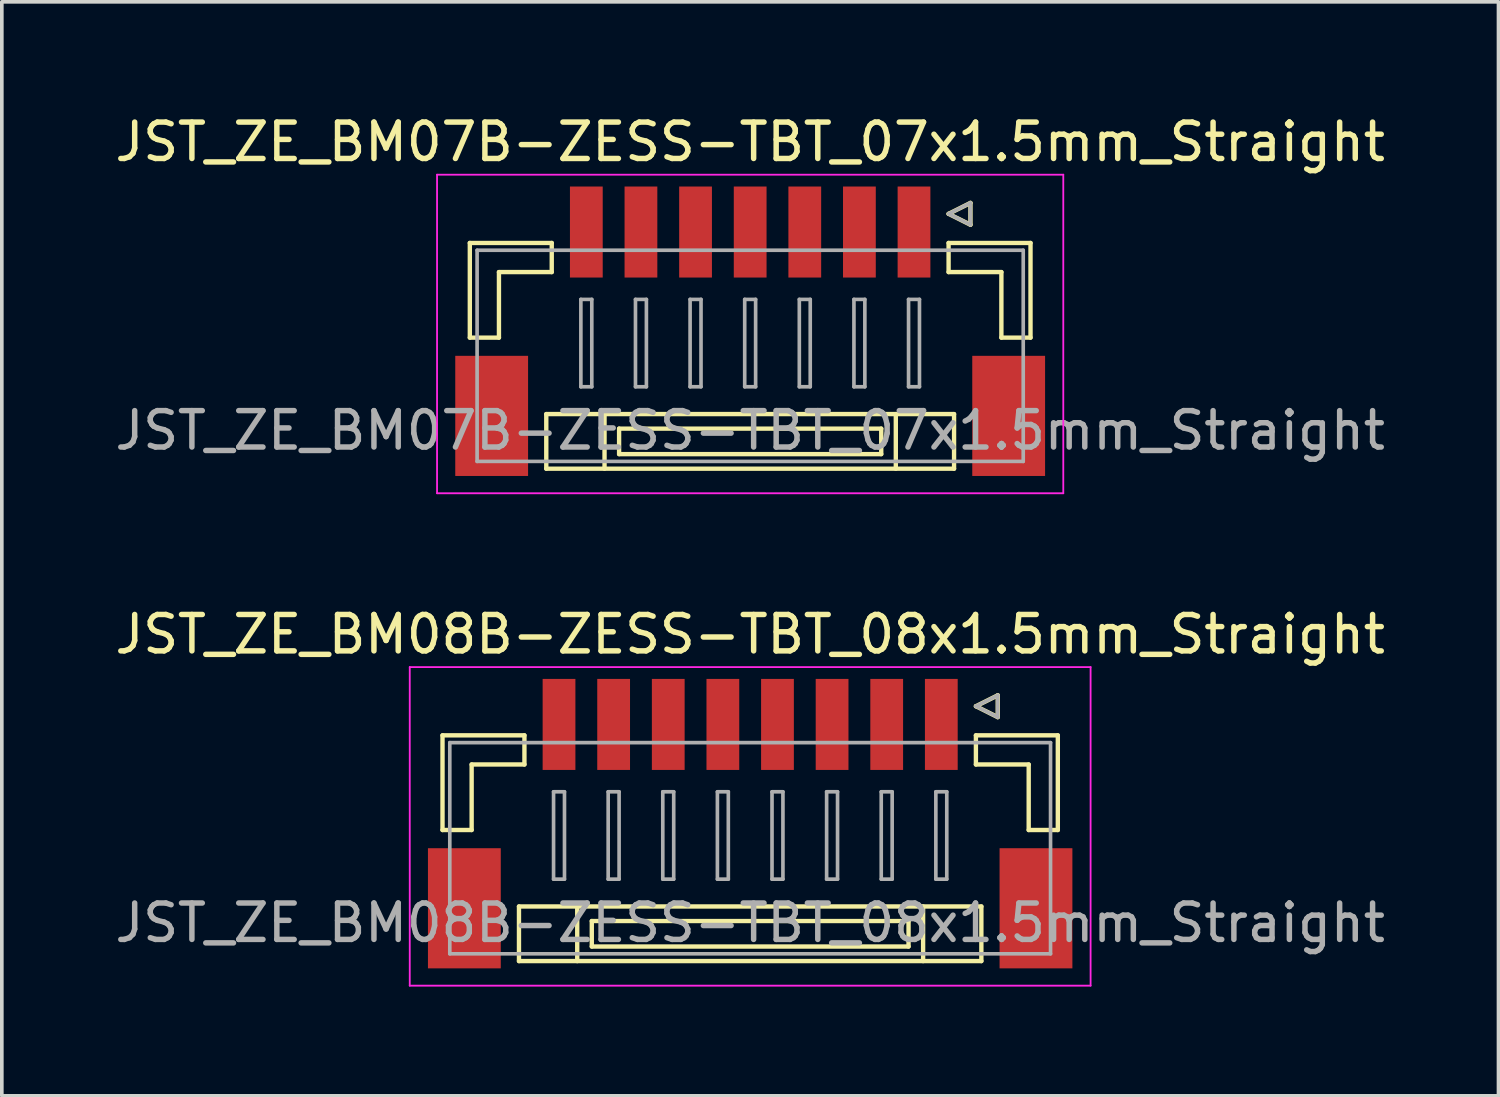
<source format=kicad_pcb>
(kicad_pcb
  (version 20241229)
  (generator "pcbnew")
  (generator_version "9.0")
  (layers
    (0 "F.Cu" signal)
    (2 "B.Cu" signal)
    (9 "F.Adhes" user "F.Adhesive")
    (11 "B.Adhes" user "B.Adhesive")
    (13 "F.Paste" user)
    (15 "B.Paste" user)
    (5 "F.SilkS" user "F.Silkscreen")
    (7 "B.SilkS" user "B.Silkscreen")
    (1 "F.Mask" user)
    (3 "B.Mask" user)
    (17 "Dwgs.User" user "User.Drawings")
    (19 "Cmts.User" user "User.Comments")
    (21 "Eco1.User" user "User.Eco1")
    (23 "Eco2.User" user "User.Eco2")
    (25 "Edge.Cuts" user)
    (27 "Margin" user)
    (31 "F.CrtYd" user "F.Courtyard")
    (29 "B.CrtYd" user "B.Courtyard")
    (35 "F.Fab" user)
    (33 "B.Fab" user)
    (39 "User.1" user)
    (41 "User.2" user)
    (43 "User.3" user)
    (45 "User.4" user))
  (footprint "JST_ZE_BM07B-ZESS-TBT_07x1.5mm_Straight"
    (layer "F.Cu")
    (at 17.554 5.848)
    (property "Reference" "JST_ZE_BM07B-ZESS-TBT_07x1.5mm_Straight" (at 0 -5 0) (layer "F.SilkS") (effects (font (size 1 1) (thickness 0.15))))
    (attr smd)
    (fp_line (start -7.7 -2.225) (end -7.7 0.375) (stroke (width 0.12) (type solid)) (layer "F.SilkS"))
    (fp_line (start -7.7 0.375) (end -6.9 0.375) (stroke (width 0.12) (type solid)) (layer "F.SilkS"))
    (fp_line (start -6.9 -1.425) (end -5.45 -1.425) (stroke (width 0.12) (type solid)) (layer "F.SilkS"))
    (fp_line (start -6.9 0.375) (end -6.9 -1.425) (stroke (width 0.12) (type solid)) (layer "F.SilkS"))
    (fp_line (start -5.6 2.475) (end -5.6 3.975) (stroke (width 0.12) (type solid)) (layer "F.SilkS"))
    (fp_line (start -5.6 3.975) (end 5.6 3.975) (stroke (width 0.12) (type solid)) (layer "F.SilkS"))
    (fp_line (start -5.45 -2.225) (end -7.7 -2.225) (stroke (width 0.12) (type solid)) (layer "F.SilkS"))
    (fp_line (start -5.45 -1.425) (end -5.45 -2.225) (stroke (width 0.12) (type solid)) (layer "F.SilkS"))
    (fp_line (start -4 2.475) (end -4 3.975) (stroke (width 0.12) (type solid)) (layer "F.SilkS"))
    (fp_line (start -3.6 2.875) (end -3.6 3.575) (stroke (width 0.12) (type solid)) (layer "F.SilkS"))
    (fp_line (start -3.6 3.575) (end 3.6 3.575) (stroke (width 0.12) (type solid)) (layer "F.SilkS"))
    (fp_line (start 3.6 2.875) (end -3.6 2.875) (stroke (width 0.12) (type solid)) (layer "F.SilkS"))
    (fp_line (start 3.6 3.575) (end 3.6 2.875) (stroke (width 0.12) (type solid)) (layer "F.SilkS"))
    (fp_line (start 4 2.475) (end 4 3.975) (stroke (width 0.12) (type solid)) (layer "F.SilkS"))
    (fp_line (start 5.45 -3.025) (end 6.05 -3.325) (stroke (width 0.12) (type solid)) (layer "F.SilkS"))
    (fp_line (start 5.45 -2.225) (end 7.7 -2.225) (stroke (width 0.12) (type solid)) (layer "F.SilkS"))
    (fp_line (start 5.45 -1.425) (end 5.45 -2.225) (stroke (width 0.12) (type solid)) (layer "F.SilkS"))
    (fp_line (start 5.6 2.475) (end -5.6 2.475) (stroke (width 0.12) (type solid)) (layer "F.SilkS"))
    (fp_line (start 5.6 3.975) (end 5.6 2.475) (stroke (width 0.12) (type solid)) (layer "F.SilkS"))
    (fp_line (start 6.05 -3.325) (end 6.05 -2.725) (stroke (width 0.12) (type solid)) (layer "F.SilkS"))
    (fp_line (start 6.05 -2.725) (end 5.45 -3.025) (stroke (width 0.12) (type solid)) (layer "F.SilkS"))
    (fp_line (start 6.9 -1.425) (end 5.45 -1.425) (stroke (width 0.12) (type solid)) (layer "F.SilkS"))
    (fp_line (start 6.9 0.375) (end 6.9 -1.425) (stroke (width 0.12) (type solid)) (layer "F.SilkS"))
    (fp_line (start 7.7 -2.225) (end 7.7 0.375) (stroke (width 0.12) (type solid)) (layer "F.SilkS"))
    (fp_line (start 7.7 0.375) (end 6.9 0.375) (stroke (width 0.12) (type solid)) (layer "F.SilkS"))
    (fp_line (start -8.6 -4.1) (end -8.6 4.65) (stroke (width 0.05) (type solid)) (layer "F.CrtYd"))
    (fp_line (start -8.6 4.65) (end 8.6 4.65) (stroke (width 0.05) (type solid)) (layer "F.CrtYd"))
    (fp_line (start 8.6 -4.1) (end -8.6 -4.1) (stroke (width 0.05) (type solid)) (layer "F.CrtYd"))
    (fp_line (start 8.6 4.65) (end 8.6 -4.1) (stroke (width 0.05) (type solid)) (layer "F.CrtYd"))
    (fp_line (start -7.5 -2.025) (end -7.5 3.775) (stroke (width 0.1) (type solid)) (layer "F.Fab"))
    (fp_line (start -7.5 3.775) (end 7.5 3.775) (stroke (width 0.1) (type solid)) (layer "F.Fab"))
    (fp_line (start -4.65 -0.675) (end -4.65 1.725) (stroke (width 0.1) (type solid)) (layer "F.Fab"))
    (fp_line (start -4.65 1.725) (end -4.35 1.725) (stroke (width 0.1) (type solid)) (layer "F.Fab"))
    (fp_line (start -4.35 -0.675) (end -4.65 -0.675) (stroke (width 0.1) (type solid)) (layer "F.Fab"))
    (fp_line (start -4.35 1.725) (end -4.35 -0.675) (stroke (width 0.1) (type solid)) (layer "F.Fab"))
    (fp_line (start -3.15 -0.675) (end -3.15 1.725) (stroke (width 0.1) (type solid)) (layer "F.Fab"))
    (fp_line (start -3.15 1.725) (end -2.85 1.725) (stroke (width 0.1) (type solid)) (layer "F.Fab"))
    (fp_line (start -2.85 -0.675) (end -3.15 -0.675) (stroke (width 0.1) (type solid)) (layer "F.Fab"))
    (fp_line (start -2.85 1.725) (end -2.85 -0.675) (stroke (width 0.1) (type solid)) (layer "F.Fab"))
    (fp_line (start -1.65 -0.675) (end -1.65 1.725) (stroke (width 0.1) (type solid)) (layer "F.Fab"))
    (fp_line (start -1.65 1.725) (end -1.35 1.725) (stroke (width 0.1) (type solid)) (layer "F.Fab"))
    (fp_line (start -1.35 -0.675) (end -1.65 -0.675) (stroke (width 0.1) (type solid)) (layer "F.Fab"))
    (fp_line (start -1.35 1.725) (end -1.35 -0.675) (stroke (width 0.1) (type solid)) (layer "F.Fab"))
    (fp_line (start -0.15 -0.675) (end -0.15 1.725) (stroke (width 0.1) (type solid)) (layer "F.Fab"))
    (fp_line (start -0.15 1.725) (end 0.15 1.725) (stroke (width 0.1) (type solid)) (layer "F.Fab"))
    (fp_line (start 0.15 -0.675) (end -0.15 -0.675) (stroke (width 0.1) (type solid)) (layer "F.Fab"))
    (fp_line (start 0.15 1.725) (end 0.15 -0.675) (stroke (width 0.1) (type solid)) (layer "F.Fab"))
    (fp_line (start 1.35 -0.675) (end 1.35 1.725) (stroke (width 0.1) (type solid)) (layer "F.Fab"))
    (fp_line (start 1.35 1.725) (end 1.65 1.725) (stroke (width 0.1) (type solid)) (layer "F.Fab"))
    (fp_line (start 1.65 -0.675) (end 1.35 -0.675) (stroke (width 0.1) (type solid)) (layer "F.Fab"))
    (fp_line (start 1.65 1.725) (end 1.65 -0.675) (stroke (width 0.1) (type solid)) (layer "F.Fab"))
    (fp_line (start 2.85 -0.675) (end 2.85 1.725) (stroke (width 0.1) (type solid)) (layer "F.Fab"))
    (fp_line (start 2.85 1.725) (end 3.15 1.725) (stroke (width 0.1) (type solid)) (layer "F.Fab"))
    (fp_line (start 3.15 -0.675) (end 2.85 -0.675) (stroke (width 0.1) (type solid)) (layer "F.Fab"))
    (fp_line (start 3.15 1.725) (end 3.15 -0.675) (stroke (width 0.1) (type solid)) (layer "F.Fab"))
    (fp_line (start 4.35 -0.675) (end 4.35 1.725) (stroke (width 0.1) (type solid)) (layer "F.Fab"))
    (fp_line (start 4.35 1.725) (end 4.65 1.725) (stroke (width 0.1) (type solid)) (layer "F.Fab"))
    (fp_line (start 4.65 -0.675) (end 4.35 -0.675) (stroke (width 0.1) (type solid)) (layer "F.Fab"))
    (fp_line (start 4.65 1.725) (end 4.65 -0.675) (stroke (width 0.1) (type solid)) (layer "F.Fab"))
    (fp_line (start 5.45 -3.025) (end 6.05 -3.325) (stroke (width 0.1) (type solid)) (layer "F.Fab"))
    (fp_line (start 6.05 -3.325) (end 6.05 -2.725) (stroke (width 0.1) (type solid)) (layer "F.Fab"))
    (fp_line (start 6.05 -2.725) (end 5.45 -3.025) (stroke (width 0.1) (type solid)) (layer "F.Fab"))
    (fp_line (start 7.5 -2.025) (end -7.5 -2.025) (stroke (width 0.1) (type solid)) (layer "F.Fab"))
    (fp_line (start 7.5 3.775) (end 7.5 -2.025) (stroke (width 0.1) (type solid)) (layer "F.Fab"))
    (fp_text user "${REFERENCE}" (at 0 2.925 0) (layer "F.Fab") (effects (font (size 1 1) (thickness 0.15))))
    (pad "" smd rect (at -7.1 2.525) (size 2 3.3) (layers "F.Cu" "F.Mask" "F.Paste"))
    (pad "" smd rect (at 7.1 2.525) (size 2 3.3) (layers "F.Cu" "F.Mask" "F.Paste"))
    (pad "1" smd rect (at 4.5 -2.525) (size 0.9 2.5) (layers "F.Cu" "F.Mask" "F.Paste"))
    (pad "2" smd rect (at 3 -2.525) (size 0.9 2.5) (layers "F.Cu" "F.Mask" "F.Paste"))
    (pad "3" smd rect (at 1.5 -2.525) (size 0.9 2.5) (layers "F.Cu" "F.Mask" "F.Paste"))
    (pad "4" smd rect (at 0 -2.525) (size 0.9 2.5) (layers "F.Cu" "F.Mask" "F.Paste"))
    (pad "5" smd rect (at -1.5 -2.525) (size 0.9 2.5) (layers "F.Cu" "F.Mask" "F.Paste"))
    (pad "6" smd rect (at -3 -2.525) (size 0.9 2.5) (layers "F.Cu" "F.Mask" "F.Paste"))
    (pad "7" smd rect (at -4.5 -2.525) (size 0.9 2.5) (layers "F.Cu" "F.Mask" "F.Paste")))
  (footprint "JST_ZE_BM08B-ZESS-TBT_08x1.5mm_Straight"
    (layer "F.Cu")
    (at 17.554 19.372)
    (property "Reference" "JST_ZE_BM08B-ZESS-TBT_08x1.5mm_Straight" (at 0 -5 0) (layer "F.SilkS") (effects (font (size 1 1) (thickness 0.15))))
    (attr smd)
    (fp_line (start -8.45 -2.225) (end -8.45 0.375) (stroke (width 0.12) (type solid)) (layer "F.SilkS"))
    (fp_line (start -8.45 0.375) (end -7.65 0.375) (stroke (width 0.12) (type solid)) (layer "F.SilkS"))
    (fp_line (start -7.65 -1.425) (end -6.2 -1.425) (stroke (width 0.12) (type solid)) (layer "F.SilkS"))
    (fp_line (start -7.65 0.375) (end -7.65 -1.425) (stroke (width 0.12) (type solid)) (layer "F.SilkS"))
    (fp_line (start -6.35 2.475) (end -6.35 3.975) (stroke (width 0.12) (type solid)) (layer "F.SilkS"))
    (fp_line (start -6.35 3.975) (end 6.35 3.975) (stroke (width 0.12) (type solid)) (layer "F.SilkS"))
    (fp_line (start -6.2 -2.225) (end -8.45 -2.225) (stroke (width 0.12) (type solid)) (layer "F.SilkS"))
    (fp_line (start -6.2 -1.425) (end -6.2 -2.225) (stroke (width 0.12) (type solid)) (layer "F.SilkS"))
    (fp_line (start -4.75 2.475) (end -4.75 3.975) (stroke (width 0.12) (type solid)) (layer "F.SilkS"))
    (fp_line (start -4.35 2.875) (end -4.35 3.575) (stroke (width 0.12) (type solid)) (layer "F.SilkS"))
    (fp_line (start -4.35 3.575) (end 4.35 3.575) (stroke (width 0.12) (type solid)) (layer "F.SilkS"))
    (fp_line (start 4.35 2.875) (end -4.35 2.875) (stroke (width 0.12) (type solid)) (layer "F.SilkS"))
    (fp_line (start 4.35 3.575) (end 4.35 2.875) (stroke (width 0.12) (type solid)) (layer "F.SilkS"))
    (fp_line (start 4.75 2.475) (end 4.75 3.975) (stroke (width 0.12) (type solid)) (layer "F.SilkS"))
    (fp_line (start 6.2 -3.025) (end 6.8 -3.325) (stroke (width 0.12) (type solid)) (layer "F.SilkS"))
    (fp_line (start 6.2 -2.225) (end 8.45 -2.225) (stroke (width 0.12) (type solid)) (layer "F.SilkS"))
    (fp_line (start 6.2 -1.425) (end 6.2 -2.225) (stroke (width 0.12) (type solid)) (layer "F.SilkS"))
    (fp_line (start 6.35 2.475) (end -6.35 2.475) (stroke (width 0.12) (type solid)) (layer "F.SilkS"))
    (fp_line (start 6.35 3.975) (end 6.35 2.475) (stroke (width 0.12) (type solid)) (layer "F.SilkS"))
    (fp_line (start 6.8 -3.325) (end 6.8 -2.725) (stroke (width 0.12) (type solid)) (layer "F.SilkS"))
    (fp_line (start 6.8 -2.725) (end 6.2 -3.025) (stroke (width 0.12) (type solid)) (layer "F.SilkS"))
    (fp_line (start 7.65 -1.425) (end 6.2 -1.425) (stroke (width 0.12) (type solid)) (layer "F.SilkS"))
    (fp_line (start 7.65 0.375) (end 7.65 -1.425) (stroke (width 0.12) (type solid)) (layer "F.SilkS"))
    (fp_line (start 8.45 -2.225) (end 8.45 0.375) (stroke (width 0.12) (type solid)) (layer "F.SilkS"))
    (fp_line (start 8.45 0.375) (end 7.65 0.375) (stroke (width 0.12) (type solid)) (layer "F.SilkS"))
    (fp_line (start -9.35 -4.1) (end -9.35 4.65) (stroke (width 0.05) (type solid)) (layer "F.CrtYd"))
    (fp_line (start -9.35 4.65) (end 9.35 4.65) (stroke (width 0.05) (type solid)) (layer "F.CrtYd"))
    (fp_line (start 9.35 -4.1) (end -9.35 -4.1) (stroke (width 0.05) (type solid)) (layer "F.CrtYd"))
    (fp_line (start 9.35 4.65) (end 9.35 -4.1) (stroke (width 0.05) (type solid)) (layer "F.CrtYd"))
    (fp_line (start -8.25 -2.025) (end -8.25 3.775) (stroke (width 0.1) (type solid)) (layer "F.Fab"))
    (fp_line (start -8.25 3.775) (end 8.25 3.775) (stroke (width 0.1) (type solid)) (layer "F.Fab"))
    (fp_line (start -5.4 -0.675) (end -5.4 1.725) (stroke (width 0.1) (type solid)) (layer "F.Fab"))
    (fp_line (start -5.4 1.725) (end -5.1 1.725) (stroke (width 0.1) (type solid)) (layer "F.Fab"))
    (fp_line (start -5.1 -0.675) (end -5.4 -0.675) (stroke (width 0.1) (type solid)) (layer "F.Fab"))
    (fp_line (start -5.1 1.725) (end -5.1 -0.675) (stroke (width 0.1) (type solid)) (layer "F.Fab"))
    (fp_line (start -3.9 -0.675) (end -3.9 1.725) (stroke (width 0.1) (type solid)) (layer "F.Fab"))
    (fp_line (start -3.9 1.725) (end -3.6 1.725) (stroke (width 0.1) (type solid)) (layer "F.Fab"))
    (fp_line (start -3.6 -0.675) (end -3.9 -0.675) (stroke (width 0.1) (type solid)) (layer "F.Fab"))
    (fp_line (start -3.6 1.725) (end -3.6 -0.675) (stroke (width 0.1) (type solid)) (layer "F.Fab"))
    (fp_line (start -2.4 -0.675) (end -2.4 1.725) (stroke (width 0.1) (type solid)) (layer "F.Fab"))
    (fp_line (start -2.4 1.725) (end -2.1 1.725) (stroke (width 0.1) (type solid)) (layer "F.Fab"))
    (fp_line (start -2.1 -0.675) (end -2.4 -0.675) (stroke (width 0.1) (type solid)) (layer "F.Fab"))
    (fp_line (start -2.1 1.725) (end -2.1 -0.675) (stroke (width 0.1) (type solid)) (layer "F.Fab"))
    (fp_line (start -0.9 -0.675) (end -0.9 1.725) (stroke (width 0.1) (type solid)) (layer "F.Fab"))
    (fp_line (start -0.9 1.725) (end -0.6 1.725) (stroke (width 0.1) (type solid)) (layer "F.Fab"))
    (fp_line (start -0.6 -0.675) (end -0.9 -0.675) (stroke (width 0.1) (type solid)) (layer "F.Fab"))
    (fp_line (start -0.6 1.725) (end -0.6 -0.675) (stroke (width 0.1) (type solid)) (layer "F.Fab"))
    (fp_line (start 0.6 -0.675) (end 0.6 1.725) (stroke (width 0.1) (type solid)) (layer "F.Fab"))
    (fp_line (start 0.6 1.725) (end 0.9 1.725) (stroke (width 0.1) (type solid)) (layer "F.Fab"))
    (fp_line (start 0.9 -0.675) (end 0.6 -0.675) (stroke (width 0.1) (type solid)) (layer "F.Fab"))
    (fp_line (start 0.9 1.725) (end 0.9 -0.675) (stroke (width 0.1) (type solid)) (layer "F.Fab"))
    (fp_line (start 2.1 -0.675) (end 2.1 1.725) (stroke (width 0.1) (type solid)) (layer "F.Fab"))
    (fp_line (start 2.1 1.725) (end 2.4 1.725) (stroke (width 0.1) (type solid)) (layer "F.Fab"))
    (fp_line (start 2.4 -0.675) (end 2.1 -0.675) (stroke (width 0.1) (type solid)) (layer "F.Fab"))
    (fp_line (start 2.4 1.725) (end 2.4 -0.675) (stroke (width 0.1) (type solid)) (layer "F.Fab"))
    (fp_line (start 3.6 -0.675) (end 3.6 1.725) (stroke (width 0.1) (type solid)) (layer "F.Fab"))
    (fp_line (start 3.6 1.725) (end 3.9 1.725) (stroke (width 0.1) (type solid)) (layer "F.Fab"))
    (fp_line (start 3.9 -0.675) (end 3.6 -0.675) (stroke (width 0.1) (type solid)) (layer "F.Fab"))
    (fp_line (start 3.9 1.725) (end 3.9 -0.675) (stroke (width 0.1) (type solid)) (layer "F.Fab"))
    (fp_line (start 5.1 -0.675) (end 5.1 1.725) (stroke (width 0.1) (type solid)) (layer "F.Fab"))
    (fp_line (start 5.1 1.725) (end 5.4 1.725) (stroke (width 0.1) (type solid)) (layer "F.Fab"))
    (fp_line (start 5.4 -0.675) (end 5.1 -0.675) (stroke (width 0.1) (type solid)) (layer "F.Fab"))
    (fp_line (start 5.4 1.725) (end 5.4 -0.675) (stroke (width 0.1) (type solid)) (layer "F.Fab"))
    (fp_line (start 6.2 -3.025) (end 6.8 -3.325) (stroke (width 0.1) (type solid)) (layer "F.Fab"))
    (fp_line (start 6.8 -3.325) (end 6.8 -2.725) (stroke (width 0.1) (type solid)) (layer "F.Fab"))
    (fp_line (start 6.8 -2.725) (end 6.2 -3.025) (stroke (width 0.1) (type solid)) (layer "F.Fab"))
    (fp_line (start 8.25 -2.025) (end -8.25 -2.025) (stroke (width 0.1) (type solid)) (layer "F.Fab"))
    (fp_line (start 8.25 3.775) (end 8.25 -2.025) (stroke (width 0.1) (type solid)) (layer "F.Fab"))
    (fp_text user "${REFERENCE}" (at 0 2.925 0) (layer "F.Fab") (effects (font (size 1 1) (thickness 0.15))))
    (pad "" smd rect (at -7.85 2.525) (size 2 3.3) (layers "F.Cu" "F.Mask" "F.Paste"))
    (pad "" smd rect (at 7.85 2.525) (size 2 3.3) (layers "F.Cu" "F.Mask" "F.Paste"))
    (pad "1" smd rect (at 5.25 -2.525) (size 0.9 2.5) (layers "F.Cu" "F.Mask" "F.Paste"))
    (pad "2" smd rect (at 3.75 -2.525) (size 0.9 2.5) (layers "F.Cu" "F.Mask" "F.Paste"))
    (pad "3" smd rect (at 2.25 -2.525) (size 0.9 2.5) (layers "F.Cu" "F.Mask" "F.Paste"))
    (pad "4" smd rect (at 0.75 -2.525) (size 0.9 2.5) (layers "F.Cu" "F.Mask" "F.Paste"))
    (pad "5" smd rect (at -0.75 -2.525) (size 0.9 2.5) (layers "F.Cu" "F.Mask" "F.Paste"))
    (pad "6" smd rect (at -2.25 -2.525) (size 0.9 2.5) (layers "F.Cu" "F.Mask" "F.Paste"))
    (pad "7" smd rect (at -3.75 -2.525) (size 0.9 2.5) (layers "F.Cu" "F.Mask" "F.Paste"))
    (pad "8" smd rect (at -5.25 -2.525) (size 0.9 2.5) (layers "F.Cu" "F.Mask" "F.Paste")))
  (gr_rect
    (start -3 -3)
    (end 38.107 27.047)
    (stroke (width 0.1) (type default))
    (fill no)
    (layer "Edge.Cuts")))
</source>
